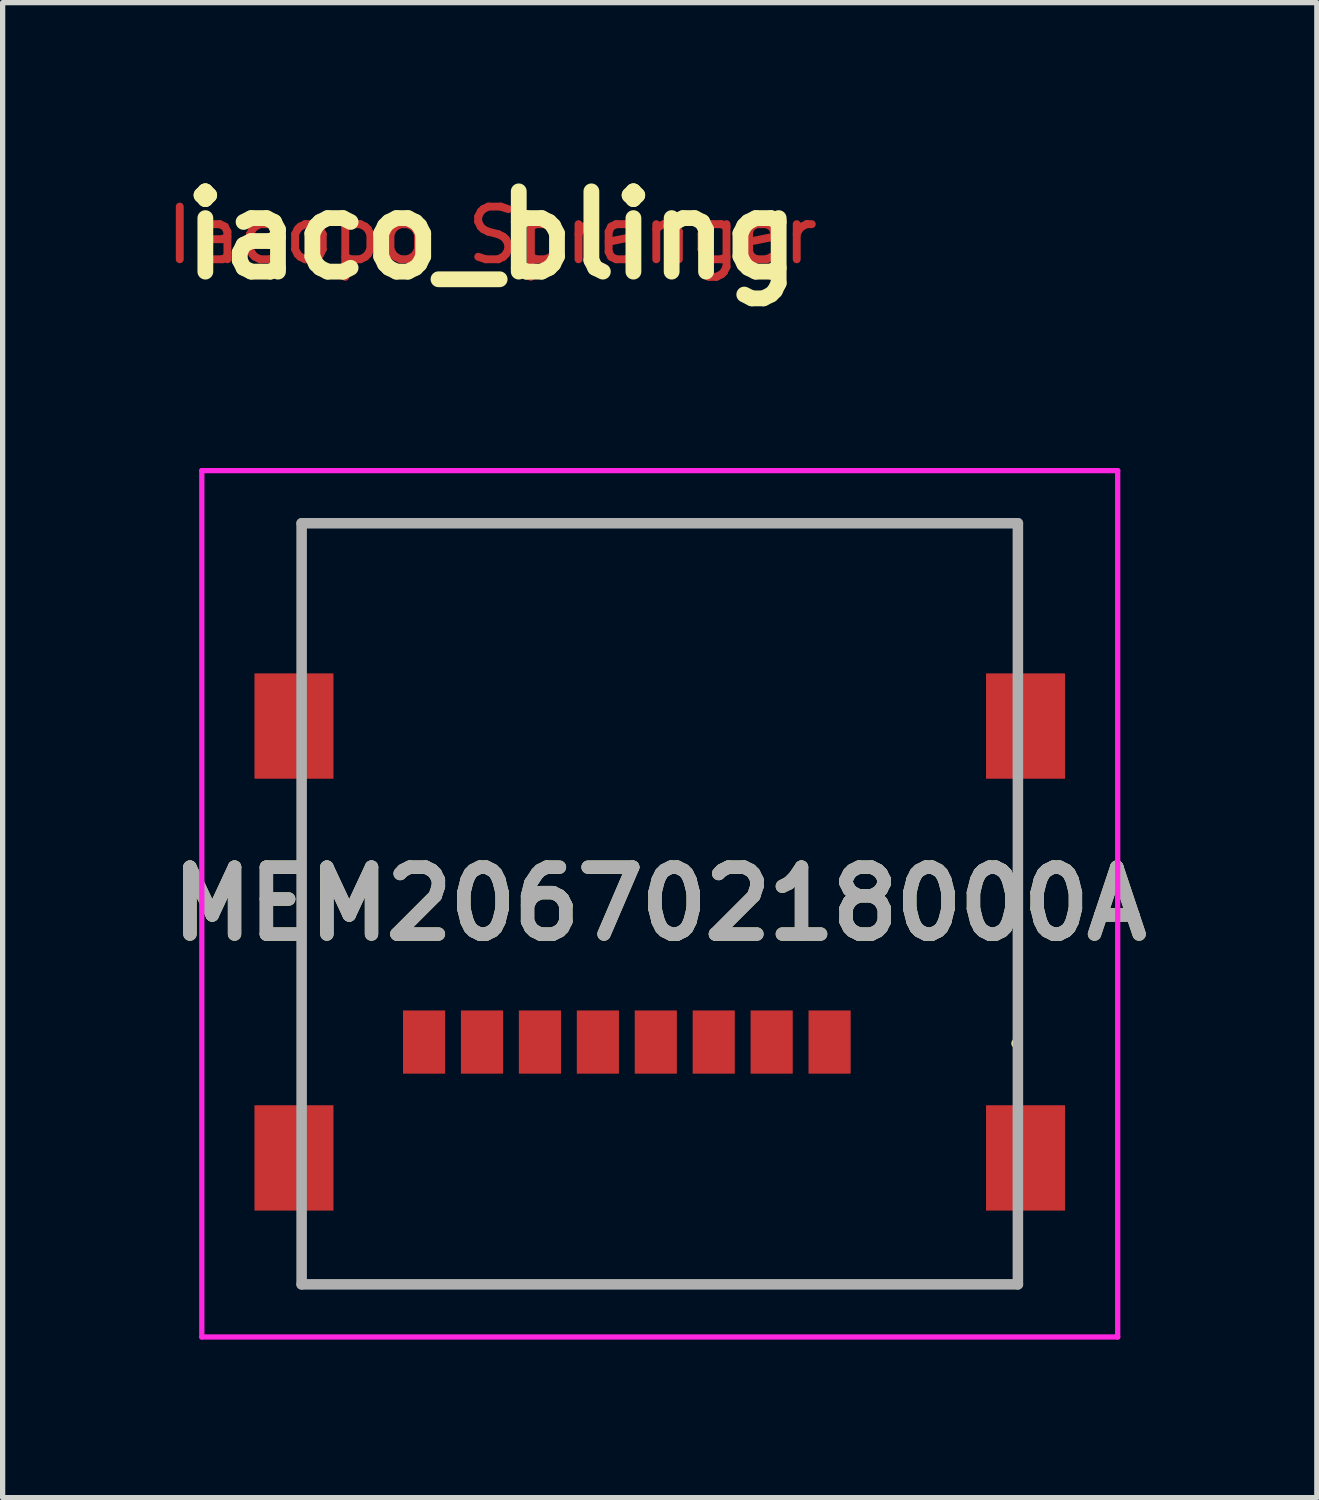
<source format=kicad_pcb>
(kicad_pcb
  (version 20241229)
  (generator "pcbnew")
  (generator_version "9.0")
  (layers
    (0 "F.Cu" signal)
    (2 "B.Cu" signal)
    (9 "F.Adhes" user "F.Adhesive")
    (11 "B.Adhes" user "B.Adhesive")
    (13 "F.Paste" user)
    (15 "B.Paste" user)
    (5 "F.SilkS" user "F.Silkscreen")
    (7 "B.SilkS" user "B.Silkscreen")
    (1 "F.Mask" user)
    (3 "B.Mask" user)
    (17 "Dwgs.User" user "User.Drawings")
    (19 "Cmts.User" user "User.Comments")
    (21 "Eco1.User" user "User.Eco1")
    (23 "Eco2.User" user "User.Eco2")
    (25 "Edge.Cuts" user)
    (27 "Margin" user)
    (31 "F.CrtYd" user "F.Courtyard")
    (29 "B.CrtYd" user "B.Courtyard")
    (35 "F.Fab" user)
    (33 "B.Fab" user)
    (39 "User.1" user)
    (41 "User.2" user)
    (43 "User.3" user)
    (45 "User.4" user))
  (footprint "MEM20670218000A"
    (layer "F.Cu")
    (at 9.477 18.936)
    (property "Reference" "MEM20670218000A" (at 0 -4.825 0) (layer "F.SilkS") (effects (font (size 1.27 1.27) (thickness 0.254))))
    (attr smd)
    (fp_line (start -6.8 -12.05) (end 6.8 -12.05) (stroke (width 0.1) (type solid)) (layer "F.SilkS"))
    (fp_line (start -6.8 -9.325) (end -6.8 -12.05) (stroke (width 0.1) (type solid)) (layer "F.SilkS"))
    (fp_line (start -6.8 -7.025) (end -6.8 -1.225) (stroke (width 0.1) (type solid)) (layer "F.SilkS"))
    (fp_line (start -6.8 1.275) (end -6.8 2.4) (stroke (width 0.1) (type solid)) (layer "F.SilkS"))
    (fp_line (start -6.8 2.4) (end 6.8 2.4) (stroke (width 0.1) (type solid)) (layer "F.SilkS"))
    (fp_line (start 6.775 -2.225) (end 6.775 -2.225) (stroke (width 0.1) (type solid)) (layer "F.SilkS"))
    (fp_line (start 6.775 -2.125) (end 6.775 -2.125) (stroke (width 0.1) (type solid)) (layer "F.SilkS"))
    (fp_line (start 6.8 -12.05) (end 6.8 -9.425) (stroke (width 0.1) (type solid)) (layer "F.SilkS"))
    (fp_line (start 6.8 -7.025) (end 6.8 -1.225) (stroke (width 0.1) (type solid)) (layer "F.SilkS"))
    (fp_line (start 6.8 2.4) (end 6.8 1.275) (stroke (width 0.1) (type solid)) (layer "F.SilkS"))
    (fp_arc (start 6.775 -2.225) (mid 6.825 -2.175) (end 6.775 -2.125) (stroke (width 0.1) (type solid)) (layer "F.SilkS"))
    (fp_arc (start 6.775 -2.125) (mid 6.725 -2.175) (end 6.775 -2.225) (stroke (width 0.1) (type solid)) (layer "F.SilkS"))
    (fp_line (start -8.695 -13.05) (end 8.695 -13.05) (stroke (width 0.1) (type solid)) (layer "F.CrtYd"))
    (fp_line (start -8.695 3.4) (end -8.695 -13.05) (stroke (width 0.1) (type solid)) (layer "F.CrtYd"))
    (fp_line (start 8.695 -13.05) (end 8.695 3.4) (stroke (width 0.1) (type solid)) (layer "F.CrtYd"))
    (fp_line (start 8.695 3.4) (end -8.695 3.4) (stroke (width 0.1) (type solid)) (layer "F.CrtYd"))
    (fp_line (start -6.8 -12.05) (end 6.8 -12.05) (stroke (width 0.2) (type solid)) (layer "F.Fab"))
    (fp_line (start -6.8 2.4) (end -6.8 -12.05) (stroke (width 0.2) (type solid)) (layer "F.Fab"))
    (fp_line (start 6.8 -12.05) (end 6.8 2.4) (stroke (width 0.2) (type solid)) (layer "F.Fab"))
    (fp_line (start 6.8 2.4) (end -6.8 2.4) (stroke (width 0.2) (type solid)) (layer "F.Fab"))
    (fp_text user "${REFERENCE}" (at 0 -4.825 0) (layer "F.Fab") (effects (font (size 1.27 1.27) (thickness 0.254))))
    (pad "1" smd rect (at 3.225 -2.2) (size 0.8 1.2) (layers "F.Cu" "F.Mask" "F.Paste"))
    (pad "2" smd rect (at 2.125 -2.2) (size 0.8 1.2) (layers "F.Cu" "F.Mask" "F.Paste"))
    (pad "3" smd rect (at 1.025 -2.2) (size 0.8 1.2) (layers "F.Cu" "F.Mask" "F.Paste"))
    (pad "4" smd rect (at -0.075 -2.2) (size 0.8 1.2) (layers "F.Cu" "F.Mask" "F.Paste"))
    (pad "5" smd rect (at -1.175 -2.2) (size 0.8 1.2) (layers "F.Cu" "F.Mask" "F.Paste"))
    (pad "6" smd rect (at -2.275 -2.2) (size 0.8 1.2) (layers "F.Cu" "F.Mask" "F.Paste"))
    (pad "7" smd rect (at -3.375 -2.2) (size 0.8 1.2) (layers "F.Cu" "F.Mask" "F.Paste"))
    (pad "8" smd rect (at -4.475 -2.2) (size 0.8 1.2) (layers "F.Cu" "F.Mask" "F.Paste"))
    (pad "9" smd rect (at -6.945 -8.2) (size 1.5 2) (layers "F.Cu" "F.Mask" "F.Paste"))
    (pad "9" smd rect (at -6.945 0) (size 1.5 2) (layers "F.Cu" "F.Mask" "F.Paste"))
    (pad "9" smd rect (at 6.945 -8.2) (size 1.5 2) (layers "F.Cu" "F.Mask" "F.Paste"))
    (pad "9" smd rect (at 6.945 0) (size 1.5 2) (layers "F.Cu" "F.Mask" "F.Paste")))
  (footprint "iaco_bling"
    (layer "F.Cu")
    (at 6.292 1.418)
    (property "Reference" "iaco_bling" (at 0 0 0) (layer "F.SilkS") (effects (font (size 1.524 1.524) (thickness 0.3))))
    (attr through_hole)
    (fp_text user "Iacopo Sprenger" (at 0 0 0) (layer "F.Cu") (effects (font (size 1 1) (thickness 0.15))))
    (fp_text user "Iacopo Sprenger" (at 0 0 0) (layer "F.Mask") (effects (font (size 1 1) (thickness 0.15)))))
  (gr_rect
    (start -3 -3)
    (end 21.953 25.386)
    (stroke (width 0.1) (type default))
    (fill no)
    (layer "Edge.Cuts")))
</source>
